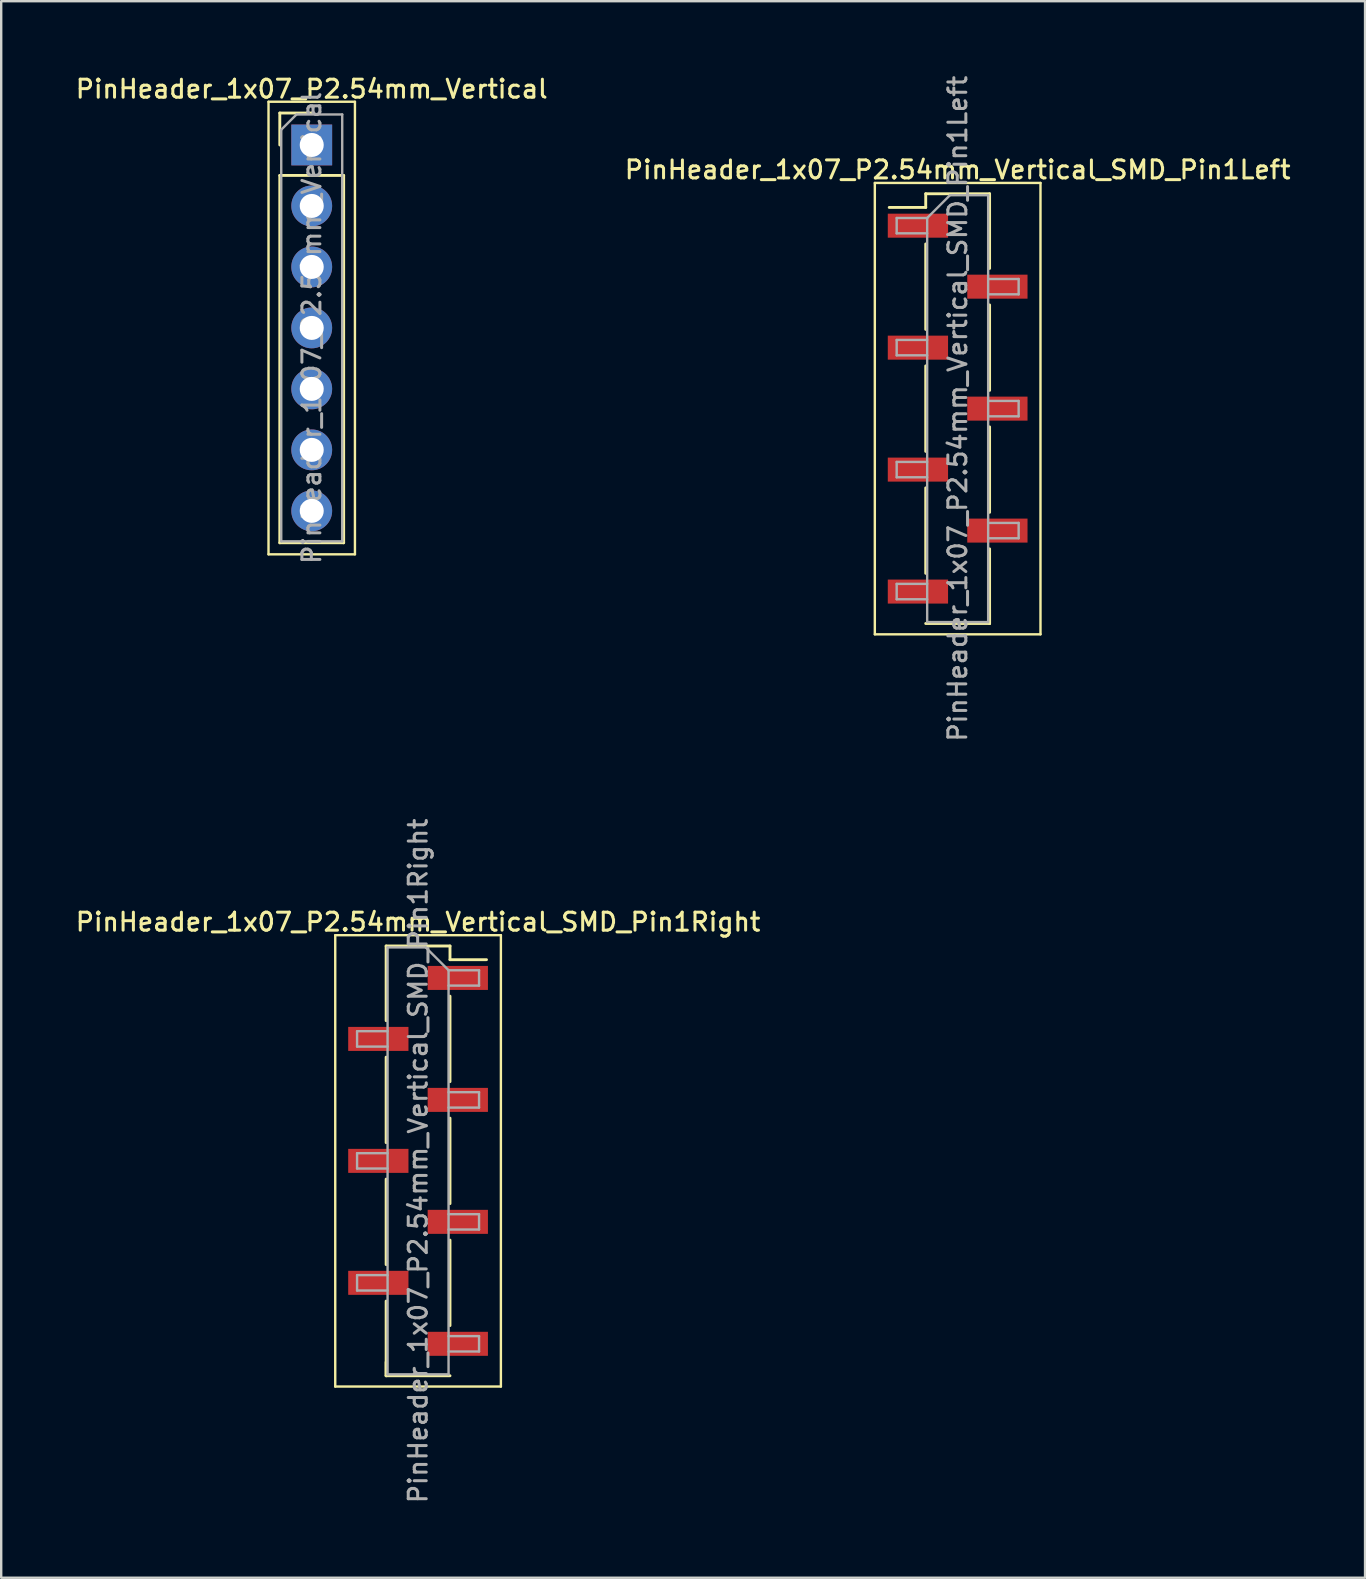
<source format=kicad_pcb>
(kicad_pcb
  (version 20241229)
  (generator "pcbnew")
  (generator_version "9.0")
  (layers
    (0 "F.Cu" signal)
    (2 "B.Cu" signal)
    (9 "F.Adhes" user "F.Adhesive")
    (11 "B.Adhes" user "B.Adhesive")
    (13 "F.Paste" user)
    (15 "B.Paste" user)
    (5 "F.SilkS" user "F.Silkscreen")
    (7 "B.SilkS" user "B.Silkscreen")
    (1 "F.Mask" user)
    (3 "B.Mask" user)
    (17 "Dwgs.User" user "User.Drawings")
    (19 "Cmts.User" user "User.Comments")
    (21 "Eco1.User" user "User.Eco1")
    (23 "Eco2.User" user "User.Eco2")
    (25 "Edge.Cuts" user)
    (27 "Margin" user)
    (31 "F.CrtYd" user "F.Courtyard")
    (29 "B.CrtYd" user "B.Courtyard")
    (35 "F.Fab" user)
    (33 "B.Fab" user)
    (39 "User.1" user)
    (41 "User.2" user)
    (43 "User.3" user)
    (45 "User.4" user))
  (footprint "PinHeader_1x07_P2.54mm_Vertical_SMD_Pin1Right"
    (layer "F.Cu")
    (at 14.363 45.302)
    (property "Reference" "PinHeader_1x07_P2.54mm_Vertical_SMD_Pin1Right" (at 0 -9.95 0) (layer "F.SilkS") (effects (font (size 0.75 0.75) (thickness 0.125))))
    (attr smd)
    (fp_line (start -3.45 -9.4) (end -3.45 9.4) (stroke (width 0.1) (type solid)) (layer "F.SilkS"))
    (fp_line (start -3.45 9.4) (end 3.45 9.4) (stroke (width 0.1) (type solid)) (layer "F.SilkS"))
    (fp_line (start -1.33 -8.95) (end -1.33 -5.84) (stroke (width 0.12) (type solid)) (layer "F.SilkS"))
    (fp_line (start -1.33 -8.95) (end 1.33 -8.95) (stroke (width 0.12) (type solid)) (layer "F.SilkS"))
    (fp_line (start -1.33 -4.32) (end -1.33 -0.76) (stroke (width 0.12) (type solid)) (layer "F.SilkS"))
    (fp_line (start -1.33 0.76) (end -1.33 4.32) (stroke (width 0.12) (type solid)) (layer "F.SilkS"))
    (fp_line (start -1.33 5.84) (end -1.33 8.95) (stroke (width 0.12) (type solid)) (layer "F.SilkS"))
    (fp_line (start -1.33 8.38) (end -1.33 8.95) (stroke (width 0.12) (type solid)) (layer "F.SilkS"))
    (fp_line (start -1.33 8.95) (end 1.33 8.95) (stroke (width 0.12) (type solid)) (layer "F.SilkS"))
    (fp_line (start 1.33 -8.95) (end 1.33 -8.38) (stroke (width 0.12) (type solid)) (layer "F.SilkS"))
    (fp_line (start 1.33 -8.38) (end 2.85 -8.38) (stroke (width 0.12) (type solid)) (layer "F.SilkS"))
    (fp_line (start 1.33 -6.86) (end 1.33 -3.3) (stroke (width 0.12) (type solid)) (layer "F.SilkS"))
    (fp_line (start 1.33 -1.78) (end 1.33 1.78) (stroke (width 0.12) (type solid)) (layer "F.SilkS"))
    (fp_line (start 1.33 3.3) (end 1.33 6.86) (stroke (width 0.12) (type solid)) (layer "F.SilkS"))
    (fp_line (start 3.45 -9.4) (end -3.45 -9.4) (stroke (width 0.1) (type solid)) (layer "F.SilkS"))
    (fp_line (start 3.45 9.4) (end 3.45 -9.4) (stroke (width 0.1) (type solid)) (layer "F.SilkS"))
    (fp_line (start -2.54 -5.4) (end -2.54 -4.76) (stroke (width 0.1) (type solid)) (layer "F.Fab"))
    (fp_line (start -2.54 -4.76) (end -1.27 -4.76) (stroke (width 0.1) (type solid)) (layer "F.Fab"))
    (fp_line (start -2.54 -0.32) (end -2.54 0.32) (stroke (width 0.1) (type solid)) (layer "F.Fab"))
    (fp_line (start -2.54 0.32) (end -1.27 0.32) (stroke (width 0.1) (type solid)) (layer "F.Fab"))
    (fp_line (start -2.54 4.76) (end -2.54 5.4) (stroke (width 0.1) (type solid)) (layer "F.Fab"))
    (fp_line (start -2.54 5.4) (end -1.27 5.4) (stroke (width 0.1) (type solid)) (layer "F.Fab"))
    (fp_line (start -1.27 -8.89) (end -1.27 8.89) (stroke (width 0.1) (type solid)) (layer "F.Fab"))
    (fp_line (start -1.27 -8.89) (end 0.32 -8.89) (stroke (width 0.1) (type solid)) (layer "F.Fab"))
    (fp_line (start -1.27 -5.4) (end -2.54 -5.4) (stroke (width 0.1) (type solid)) (layer "F.Fab"))
    (fp_line (start -1.27 -0.32) (end -2.54 -0.32) (stroke (width 0.1) (type solid)) (layer "F.Fab"))
    (fp_line (start -1.27 4.76) (end -2.54 4.76) (stroke (width 0.1) (type solid)) (layer "F.Fab"))
    (fp_line (start 1.27 -7.94) (end 0.32 -8.89) (stroke (width 0.1) (type solid)) (layer "F.Fab"))
    (fp_line (start 1.27 -7.94) (end 2.54 -7.94) (stroke (width 0.1) (type solid)) (layer "F.Fab"))
    (fp_line (start 1.27 -2.86) (end 2.54 -2.86) (stroke (width 0.1) (type solid)) (layer "F.Fab"))
    (fp_line (start 1.27 2.22) (end 2.54 2.22) (stroke (width 0.1) (type solid)) (layer "F.Fab"))
    (fp_line (start 1.27 7.3) (end 2.54 7.3) (stroke (width 0.1) (type solid)) (layer "F.Fab"))
    (fp_line (start 1.27 8.89) (end -1.27 8.89) (stroke (width 0.1) (type solid)) (layer "F.Fab"))
    (fp_line (start 1.27 8.89) (end 1.27 -7.94) (stroke (width 0.1) (type solid)) (layer "F.Fab"))
    (fp_line (start 2.54 -7.94) (end 2.54 -7.3) (stroke (width 0.1) (type solid)) (layer "F.Fab"))
    (fp_line (start 2.54 -7.3) (end 1.27 -7.3) (stroke (width 0.1) (type solid)) (layer "F.Fab"))
    (fp_line (start 2.54 -2.86) (end 2.54 -2.22) (stroke (width 0.1) (type solid)) (layer "F.Fab"))
    (fp_line (start 2.54 -2.22) (end 1.27 -2.22) (stroke (width 0.1) (type solid)) (layer "F.Fab"))
    (fp_line (start 2.54 2.22) (end 2.54 2.86) (stroke (width 0.1) (type solid)) (layer "F.Fab"))
    (fp_line (start 2.54 2.86) (end 1.27 2.86) (stroke (width 0.1) (type solid)) (layer "F.Fab"))
    (fp_line (start 2.54 7.3) (end 2.54 7.94) (stroke (width 0.1) (type solid)) (layer "F.Fab"))
    (fp_line (start 2.54 7.94) (end 1.27 7.94) (stroke (width 0.1) (type solid)) (layer "F.Fab"))
    (fp_text user "${REFERENCE}" (at 0 0 90) (layer "F.Fab") (effects (font (size 0.75 0.75) (thickness 0.125))))
    (pad "1" smd rect (at 1.655 -7.62) (size 2.51 1) (layers "F.Cu" "F.Mask" "F.Paste"))
    (pad "2" smd rect (at -1.655 -5.08) (size 2.51 1) (layers "F.Cu" "F.Mask" "F.Paste"))
    (pad "3" smd rect (at 1.655 -2.54) (size 2.51 1) (layers "F.Cu" "F.Mask" "F.Paste"))
    (pad "4" smd rect (at -1.655 0) (size 2.51 1) (layers "F.Cu" "F.Mask" "F.Paste"))
    (pad "5" smd rect (at 1.655 2.54) (size 2.51 1) (layers "F.Cu" "F.Mask" "F.Paste"))
    (pad "6" smd rect (at -1.655 5.08) (size 2.51 1) (layers "F.Cu" "F.Mask" "F.Paste"))
    (pad "7" smd rect (at 1.655 7.62) (size 2.51 1) (layers "F.Cu" "F.Mask" "F.Paste")))
  (footprint "PinHeader_1x07_P2.54mm_Vertical"
    (layer "F.Cu")
    (at 9.934 2.988)
    (property "Reference" "PinHeader_1x07_P2.54mm_Vertical" (at 0 -2.33 0) (layer "F.SilkS") (effects (font (size 0.75 0.75) (thickness 0.125))))
    (attr through_hole)
    (fp_line (start -1.8 -1.8) (end -1.8 17.05) (stroke (width 0.1) (type solid)) (layer "F.SilkS"))
    (fp_line (start -1.8 17.05) (end 1.8 17.05) (stroke (width 0.1) (type solid)) (layer "F.SilkS"))
    (fp_line (start -1.33 -1.33) (end 0 -1.33) (stroke (width 0.12) (type solid)) (layer "F.SilkS"))
    (fp_line (start -1.33 0) (end -1.33 -1.33) (stroke (width 0.12) (type solid)) (layer "F.SilkS"))
    (fp_line (start -1.33 1.27) (end -1.33 16.57) (stroke (width 0.12) (type solid)) (layer "F.SilkS"))
    (fp_line (start -1.33 1.27) (end 1.33 1.27) (stroke (width 0.12) (type solid)) (layer "F.SilkS"))
    (fp_line (start -1.33 16.57) (end 1.33 16.57) (stroke (width 0.12) (type solid)) (layer "F.SilkS"))
    (fp_line (start 1.33 1.27) (end 1.33 16.57) (stroke (width 0.12) (type solid)) (layer "F.SilkS"))
    (fp_line (start 1.8 -1.8) (end -1.8 -1.8) (stroke (width 0.1) (type solid)) (layer "F.SilkS"))
    (fp_line (start 1.8 17.05) (end 1.8 -1.8) (stroke (width 0.1) (type solid)) (layer "F.SilkS"))
    (fp_line (start -1.27 -0.635) (end -0.635 -1.27) (stroke (width 0.1) (type solid)) (layer "F.Fab"))
    (fp_line (start -1.27 16.51) (end -1.27 -0.635) (stroke (width 0.1) (type solid)) (layer "F.Fab"))
    (fp_line (start -0.635 -1.27) (end 1.27 -1.27) (stroke (width 0.1) (type solid)) (layer "F.Fab"))
    (fp_line (start 1.27 -1.27) (end 1.27 16.51) (stroke (width 0.1) (type solid)) (layer "F.Fab"))
    (fp_line (start 1.27 16.51) (end -1.27 16.51) (stroke (width 0.1) (type solid)) (layer "F.Fab"))
    (fp_text user "${REFERENCE}" (at 0 7.62 90) (layer "F.Fab") (effects (font (size 0.75 0.75) (thickness 0.125))))
    (pad "1" thru_hole rect (at 0 0) (size 1.7 1.7) (drill 1) (layers "*.Cu" "*.Mask"))
    (pad "2" thru_hole oval (at 0 2.54) (size 1.7 1.7) (drill 1) (layers "*.Cu" "*.Mask"))
    (pad "3" thru_hole oval (at 0 5.08) (size 1.7 1.7) (drill 1) (layers "*.Cu" "*.Mask"))
    (pad "4" thru_hole oval (at 0 7.62) (size 1.7 1.7) (drill 1) (layers "*.Cu" "*.Mask"))
    (pad "5" thru_hole oval (at 0 10.16) (size 1.7 1.7) (drill 1) (layers "*.Cu" "*.Mask"))
    (pad "6" thru_hole oval (at 0 12.7) (size 1.7 1.7) (drill 1) (layers "*.Cu" "*.Mask"))
    (pad "7" thru_hole oval (at 0 15.24) (size 1.7 1.7) (drill 1) (layers "*.Cu" "*.Mask")))
  (footprint "PinHeader_1x07_P2.54mm_Vertical_SMD_Pin1Left"
    (layer "F.Cu")
    (at 36.838 13.97)
    (property "Reference" "PinHeader_1x07_P2.54mm_Vertical_SMD_Pin1Left" (at 0 -9.95 0) (layer "F.SilkS") (effects (font (size 0.75 0.75) (thickness 0.125))))
    (attr smd)
    (fp_line (start -3.45 -9.4) (end -3.45 9.4) (stroke (width 0.1) (type solid)) (layer "F.SilkS"))
    (fp_line (start -3.45 9.4) (end 3.45 9.4) (stroke (width 0.1) (type solid)) (layer "F.SilkS"))
    (fp_line (start -1.33 -8.95) (end -1.33 -8.38) (stroke (width 0.12) (type solid)) (layer "F.SilkS"))
    (fp_line (start -1.33 -8.95) (end 1.33 -8.95) (stroke (width 0.12) (type solid)) (layer "F.SilkS"))
    (fp_line (start -1.33 -8.38) (end -2.85 -8.38) (stroke (width 0.12) (type solid)) (layer "F.SilkS"))
    (fp_line (start -1.33 -6.86) (end -1.33 -3.3) (stroke (width 0.12) (type solid)) (layer "F.SilkS"))
    (fp_line (start -1.33 -1.78) (end -1.33 1.78) (stroke (width 0.12) (type solid)) (layer "F.SilkS"))
    (fp_line (start -1.33 3.3) (end -1.33 6.86) (stroke (width 0.12) (type solid)) (layer "F.SilkS"))
    (fp_line (start -1.33 8.95) (end 1.33 8.95) (stroke (width 0.12) (type solid)) (layer "F.SilkS"))
    (fp_line (start 1.33 -8.95) (end 1.33 -5.84) (stroke (width 0.12) (type solid)) (layer "F.SilkS"))
    (fp_line (start 1.33 -4.32) (end 1.33 -0.76) (stroke (width 0.12) (type solid)) (layer "F.SilkS"))
    (fp_line (start 1.33 0.76) (end 1.33 4.32) (stroke (width 0.12) (type solid)) (layer "F.SilkS"))
    (fp_line (start 1.33 5.84) (end 1.33 8.95) (stroke (width 0.12) (type solid)) (layer "F.SilkS"))
    (fp_line (start 1.33 8.38) (end 1.33 8.95) (stroke (width 0.12) (type solid)) (layer "F.SilkS"))
    (fp_line (start 3.45 -9.4) (end -3.45 -9.4) (stroke (width 0.1) (type solid)) (layer "F.SilkS"))
    (fp_line (start 3.45 9.4) (end 3.45 -9.4) (stroke (width 0.1) (type solid)) (layer "F.SilkS"))
    (fp_line (start -2.54 -7.94) (end -2.54 -7.3) (stroke (width 0.1) (type solid)) (layer "F.Fab"))
    (fp_line (start -2.54 -7.3) (end -1.27 -7.3) (stroke (width 0.1) (type solid)) (layer "F.Fab"))
    (fp_line (start -2.54 -2.86) (end -2.54 -2.22) (stroke (width 0.1) (type solid)) (layer "F.Fab"))
    (fp_line (start -2.54 -2.22) (end -1.27 -2.22) (stroke (width 0.1) (type solid)) (layer "F.Fab"))
    (fp_line (start -2.54 2.22) (end -2.54 2.86) (stroke (width 0.1) (type solid)) (layer "F.Fab"))
    (fp_line (start -2.54 2.86) (end -1.27 2.86) (stroke (width 0.1) (type solid)) (layer "F.Fab"))
    (fp_line (start -2.54 7.3) (end -2.54 7.94) (stroke (width 0.1) (type solid)) (layer "F.Fab"))
    (fp_line (start -2.54 7.94) (end -1.27 7.94) (stroke (width 0.1) (type solid)) (layer "F.Fab"))
    (fp_line (start -1.27 -7.94) (end -2.54 -7.94) (stroke (width 0.1) (type solid)) (layer "F.Fab"))
    (fp_line (start -1.27 -7.94) (end -0.32 -8.89) (stroke (width 0.1) (type solid)) (layer "F.Fab"))
    (fp_line (start -1.27 -2.86) (end -2.54 -2.86) (stroke (width 0.1) (type solid)) (layer "F.Fab"))
    (fp_line (start -1.27 2.22) (end -2.54 2.22) (stroke (width 0.1) (type solid)) (layer "F.Fab"))
    (fp_line (start -1.27 7.3) (end -2.54 7.3) (stroke (width 0.1) (type solid)) (layer "F.Fab"))
    (fp_line (start -1.27 8.89) (end -1.27 -7.94) (stroke (width 0.1) (type solid)) (layer "F.Fab"))
    (fp_line (start -0.32 -8.89) (end 1.27 -8.89) (stroke (width 0.1) (type solid)) (layer "F.Fab"))
    (fp_line (start 1.27 -8.89) (end 1.27 8.89) (stroke (width 0.1) (type solid)) (layer "F.Fab"))
    (fp_line (start 1.27 -5.4) (end 2.54 -5.4) (stroke (width 0.1) (type solid)) (layer "F.Fab"))
    (fp_line (start 1.27 -0.32) (end 2.54 -0.32) (stroke (width 0.1) (type solid)) (layer "F.Fab"))
    (fp_line (start 1.27 4.76) (end 2.54 4.76) (stroke (width 0.1) (type solid)) (layer "F.Fab"))
    (fp_line (start 1.27 8.89) (end -1.27 8.89) (stroke (width 0.1) (type solid)) (layer "F.Fab"))
    (fp_line (start 2.54 -5.4) (end 2.54 -4.76) (stroke (width 0.1) (type solid)) (layer "F.Fab"))
    (fp_line (start 2.54 -4.76) (end 1.27 -4.76) (stroke (width 0.1) (type solid)) (layer "F.Fab"))
    (fp_line (start 2.54 -0.32) (end 2.54 0.32) (stroke (width 0.1) (type solid)) (layer "F.Fab"))
    (fp_line (start 2.54 0.32) (end 1.27 0.32) (stroke (width 0.1) (type solid)) (layer "F.Fab"))
    (fp_line (start 2.54 4.76) (end 2.54 5.4) (stroke (width 0.1) (type solid)) (layer "F.Fab"))
    (fp_line (start 2.54 5.4) (end 1.27 5.4) (stroke (width 0.1) (type solid)) (layer "F.Fab"))
    (fp_text user "${REFERENCE}" (at 0 0 90) (layer "F.Fab") (effects (font (size 0.75 0.75) (thickness 0.125))))
    (pad "1" smd rect (at -1.655 -7.62) (size 2.51 1) (layers "F.Cu" "F.Mask" "F.Paste"))
    (pad "2" smd rect (at 1.655 -5.08) (size 2.51 1) (layers "F.Cu" "F.Mask" "F.Paste"))
    (pad "3" smd rect (at -1.655 -2.54) (size 2.51 1) (layers "F.Cu" "F.Mask" "F.Paste"))
    (pad "4" smd rect (at 1.655 0) (size 2.51 1) (layers "F.Cu" "F.Mask" "F.Paste"))
    (pad "5" smd rect (at -1.655 2.54) (size 2.51 1) (layers "F.Cu" "F.Mask" "F.Paste"))
    (pad "6" smd rect (at 1.655 5.08) (size 2.51 1) (layers "F.Cu" "F.Mask" "F.Paste"))
    (pad "7" smd rect (at -1.655 7.62) (size 2.51 1) (layers "F.Cu" "F.Mask" "F.Paste")))
  (gr_rect
    (start -3 -3)
    (end 53.807 62.664)
    (stroke (width 0.1) (type default))
    (fill no)
    (layer "Edge.Cuts")))
</source>
